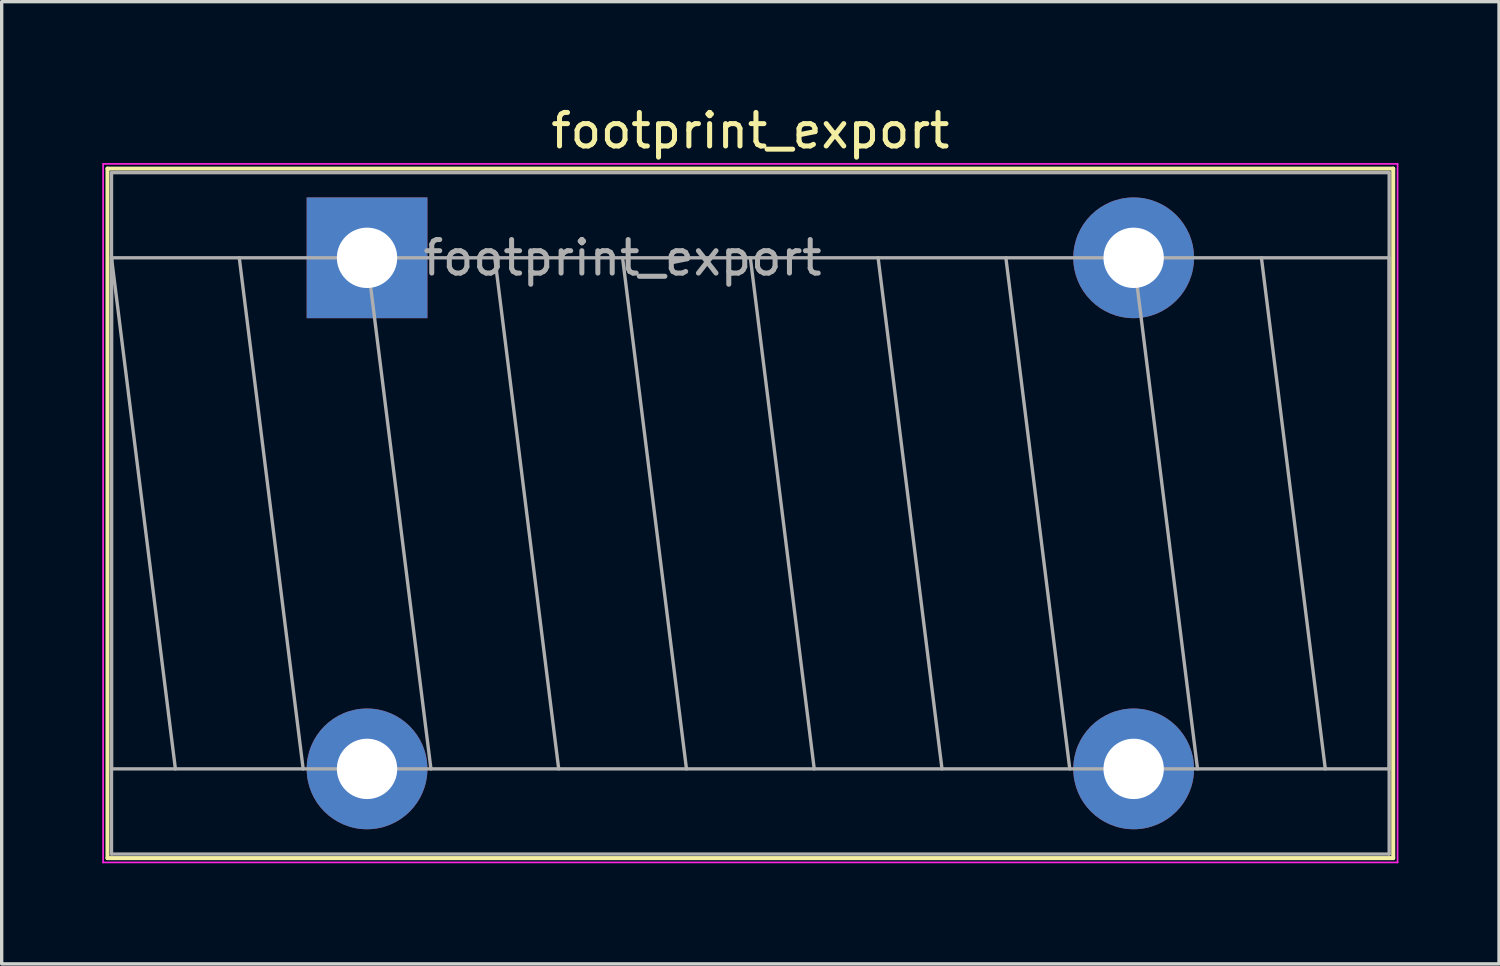
<source format=kicad_pcb>
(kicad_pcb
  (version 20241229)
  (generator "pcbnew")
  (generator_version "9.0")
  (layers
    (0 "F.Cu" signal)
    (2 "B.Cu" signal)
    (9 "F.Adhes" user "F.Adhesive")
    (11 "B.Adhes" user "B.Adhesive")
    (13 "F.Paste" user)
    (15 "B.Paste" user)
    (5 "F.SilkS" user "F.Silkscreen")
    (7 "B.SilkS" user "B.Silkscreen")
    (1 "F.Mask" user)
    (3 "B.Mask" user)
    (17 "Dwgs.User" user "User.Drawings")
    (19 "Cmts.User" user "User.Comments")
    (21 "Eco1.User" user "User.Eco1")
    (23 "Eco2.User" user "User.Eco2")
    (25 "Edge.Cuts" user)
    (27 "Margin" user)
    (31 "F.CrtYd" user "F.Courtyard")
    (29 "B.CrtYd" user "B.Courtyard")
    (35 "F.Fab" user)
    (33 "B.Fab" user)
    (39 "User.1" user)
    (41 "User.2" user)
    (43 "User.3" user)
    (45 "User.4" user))
  (footprint "footprint_export"
    (layer "F.Cu")
    (at 7.895 4.638)
    (property "Reference" "footprint_export" (at 11.43 -3.79 0) (layer "F.SilkS") (effects (font (size 1 1) (thickness 0.15))))
    (attr through_hole)
    (fp_line (start -7.74 -2.66) (end -7.74 17.9) (stroke (width 0.12) (type solid)) (layer "F.SilkS"))
    (fp_line (start -7.74 -2.66) (end 30.6 -2.66) (stroke (width 0.12) (type solid)) (layer "F.SilkS"))
    (fp_line (start -7.74 17.9) (end 30.6 17.9) (stroke (width 0.12) (type solid)) (layer "F.SilkS"))
    (fp_line (start 30.6 -2.66) (end 30.6 17.9) (stroke (width 0.12) (type solid)) (layer "F.SilkS"))
    (fp_line (start -7.87 -2.8) (end -7.87 18.03) (stroke (width 0.05) (type solid)) (layer "F.CrtYd"))
    (fp_line (start -7.87 18.03) (end 30.73 18.03) (stroke (width 0.05) (type solid)) (layer "F.CrtYd"))
    (fp_line (start 30.73 -2.8) (end -7.87 -2.8) (stroke (width 0.05) (type solid)) (layer "F.CrtYd"))
    (fp_line (start 30.73 18.03) (end 30.73 -2.8) (stroke (width 0.05) (type solid)) (layer "F.CrtYd"))
    (fp_line (start -7.62 -2.54) (end -7.62 17.78) (stroke (width 0.1) (type solid)) (layer "F.Fab"))
    (fp_line (start -7.62 0) (end -7.62 15.24) (stroke (width 0.1) (type solid)) (layer "F.Fab"))
    (fp_line (start -7.62 0) (end -5.715 15.24) (stroke (width 0.1) (type solid)) (layer "F.Fab"))
    (fp_line (start -7.62 15.24) (end 30.48 15.24) (stroke (width 0.1) (type solid)) (layer "F.Fab"))
    (fp_line (start -7.62 17.78) (end 30.48 17.78) (stroke (width 0.1) (type solid)) (layer "F.Fab"))
    (fp_line (start -3.81 0) (end -1.905 15.24) (stroke (width 0.1) (type solid)) (layer "F.Fab"))
    (fp_line (start 0 0) (end 1.905 15.24) (stroke (width 0.1) (type solid)) (layer "F.Fab"))
    (fp_line (start 3.81 0) (end 5.715 15.24) (stroke (width 0.1) (type solid)) (layer "F.Fab"))
    (fp_line (start 7.62 0) (end 9.525 15.24) (stroke (width 0.1) (type solid)) (layer "F.Fab"))
    (fp_line (start 11.43 0) (end 13.335 15.24) (stroke (width 0.1) (type solid)) (layer "F.Fab"))
    (fp_line (start 15.24 0) (end 17.145 15.24) (stroke (width 0.1) (type solid)) (layer "F.Fab"))
    (fp_line (start 19.05 0) (end 20.955 15.24) (stroke (width 0.1) (type solid)) (layer "F.Fab"))
    (fp_line (start 22.86 0) (end 24.765 15.24) (stroke (width 0.1) (type solid)) (layer "F.Fab"))
    (fp_line (start 26.67 0) (end 28.575 15.24) (stroke (width 0.1) (type solid)) (layer "F.Fab"))
    (fp_line (start 30.48 -2.54) (end -7.62 -2.54) (stroke (width 0.1) (type solid)) (layer "F.Fab"))
    (fp_line (start 30.48 0) (end -7.62 0) (stroke (width 0.1) (type solid)) (layer "F.Fab"))
    (fp_line (start 30.48 15.24) (end 30.48 0) (stroke (width 0.1) (type solid)) (layer "F.Fab"))
    (fp_line (start 30.48 17.78) (end 30.48 -2.54) (stroke (width 0.1) (type solid)) (layer "F.Fab"))
    (fp_text user "${REFERENCE}" (at 7.62 0 0) (layer "F.Fab") (effects (font (size 1 1) (thickness 0.15))))
    (pad "1" thru_hole rect (at 0 0) (size 3.6 3.6) (drill 1.8) (layers "*.Cu" "*.Mask"))
    (pad "2" thru_hole circle (at 0 15.24) (size 3.6 3.6) (drill 1.8) (layers "*.Cu" "*.Mask"))
    (pad "3" thru_hole circle (at 22.86 15.24) (size 3.6 3.6) (drill 1.8) (layers "*.Cu" "*.Mask"))
    (pad "4" thru_hole circle (at 22.86 0) (size 3.6 3.6) (drill 1.8) (layers "*.Cu" "*.Mask")))
  (gr_rect
    (start -3 -3)
    (end 41.65 25.693)
    (stroke (width 0.1) (type default))
    (fill no)
    (layer "Edge.Cuts")))
</source>
